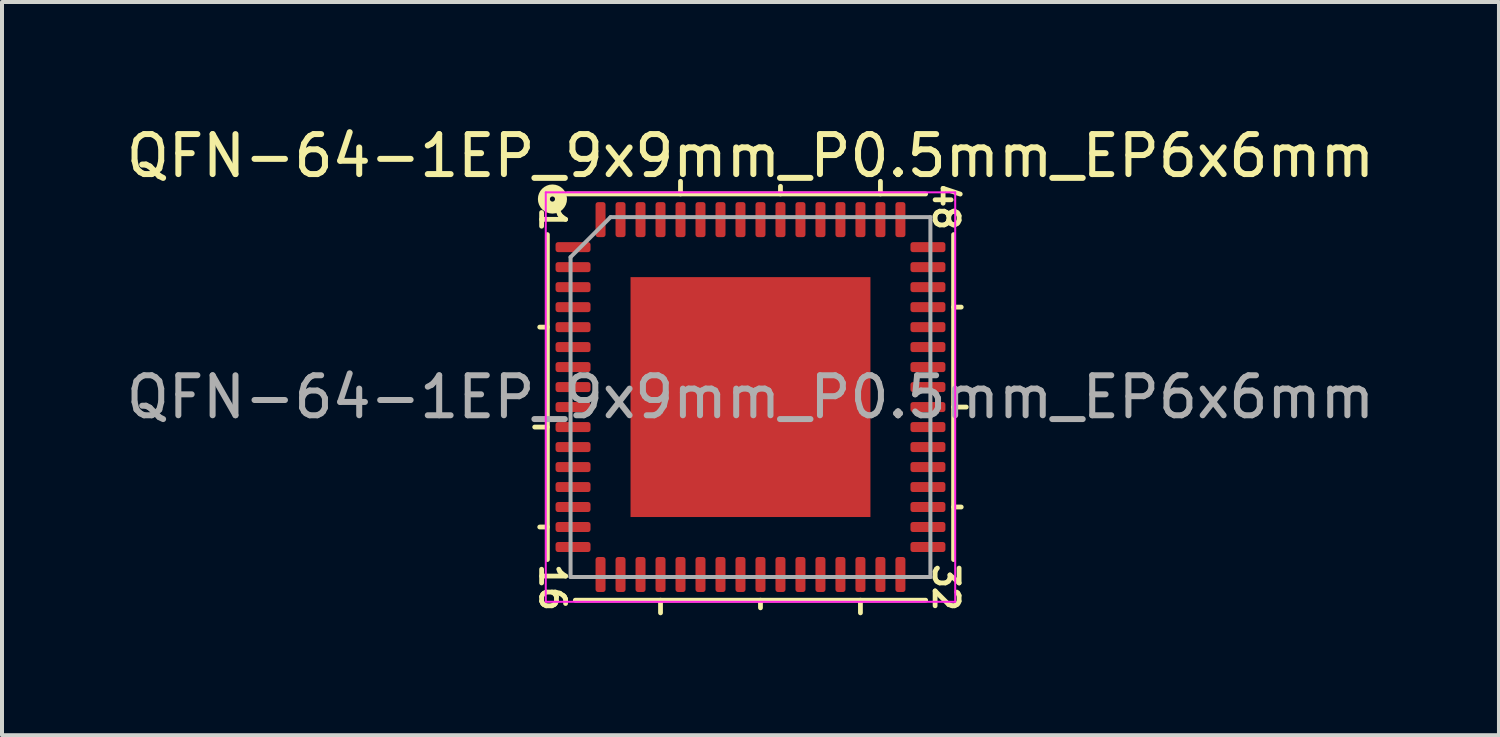
<source format=kicad_pcb>
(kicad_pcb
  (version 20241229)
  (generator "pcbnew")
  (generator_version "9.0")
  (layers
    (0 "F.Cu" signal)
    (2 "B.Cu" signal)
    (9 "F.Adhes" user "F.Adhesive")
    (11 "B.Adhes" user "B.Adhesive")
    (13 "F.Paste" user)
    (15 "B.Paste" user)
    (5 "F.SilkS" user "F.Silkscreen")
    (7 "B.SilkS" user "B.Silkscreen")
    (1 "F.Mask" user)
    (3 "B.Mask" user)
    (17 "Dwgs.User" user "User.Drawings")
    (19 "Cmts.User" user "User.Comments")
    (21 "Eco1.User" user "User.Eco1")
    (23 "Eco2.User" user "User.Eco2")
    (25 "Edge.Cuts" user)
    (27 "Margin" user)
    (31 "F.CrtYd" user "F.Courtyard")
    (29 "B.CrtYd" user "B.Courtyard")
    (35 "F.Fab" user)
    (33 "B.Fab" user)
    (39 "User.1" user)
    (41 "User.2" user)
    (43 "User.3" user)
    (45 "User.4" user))
  (footprint "QFN-64-1EP_9x9mm_P0.5mm_EP6x6mm"
    (layer "F.Cu")
    (at 15.72 6.881)
    (property "Reference" "QFN-64-1EP_9x9mm_P0.5mm_EP6x6mm" (at 0 -6.032 0) (layer "F.SilkS") (effects (font (size 1 1) (thickness 0.15))))
    (attr smd)
    (fp_line (start -5.08 -4.064) (end -5.08 4.064) (stroke (width 0.12) (type solid)) (layer "F.SilkS"))
    (fp_line (start -5.08 -1.75) (end -5.271 -1.75) (stroke (width 0.12) (type solid)) (layer "F.SilkS"))
    (fp_line (start -5.08 0.75) (end -5.397 0.75) (stroke (width 0.12) (type solid)) (layer "F.SilkS"))
    (fp_line (start -5.08 3.25) (end -5.271 3.25) (stroke (width 0.12) (type solid)) (layer "F.SilkS"))
    (fp_line (start -4.381 5.08) (end 4.381 5.08) (stroke (width 0.12) (type solid)) (layer "F.SilkS"))
    (fp_line (start -2.25 5.08) (end -2.25 5.397) (stroke (width 0.12) (type solid)) (layer "F.SilkS"))
    (fp_line (start -1.75 -5.08) (end -1.75 -5.397) (stroke (width 0.12) (type solid)) (layer "F.SilkS"))
    (fp_line (start 0.25 5.08) (end 0.25 5.271) (stroke (width 0.12) (type solid)) (layer "F.SilkS"))
    (fp_line (start 0.75 -5.08) (end 0.75 -5.271) (stroke (width 0.12) (type solid)) (layer "F.SilkS"))
    (fp_line (start 2.75 5.08) (end 2.75 5.397) (stroke (width 0.12) (type solid)) (layer "F.SilkS"))
    (fp_line (start 3.25 -5.08) (end 3.25 -5.397) (stroke (width 0.12) (type solid)) (layer "F.SilkS"))
    (fp_line (start 4.381 -5.08) (end -4.572 -5.08) (stroke (width 0.12) (type solid)) (layer "F.SilkS"))
    (fp_line (start 5.08 -2.25) (end 5.271 -2.25) (stroke (width 0.12) (type solid)) (layer "F.SilkS"))
    (fp_line (start 5.08 0.25) (end 5.397 0.25) (stroke (width 0.12) (type solid)) (layer "F.SilkS"))
    (fp_line (start 5.08 2.75) (end 5.271 2.75) (stroke (width 0.12) (type solid)) (layer "F.SilkS"))
    (fp_line (start 5.08 4.064) (end 5.08 -4.064) (stroke (width 0.12) (type solid)) (layer "F.SilkS"))
    (fp_circle (center -4.953 -4.953) (end -4.889 -4.953) (stroke (width 0.3) (type solid)) (fill no) (layer "F.SilkS"))
    (fp_line (start -5.12 -5.12) (end -5.12 5.12) (stroke (width 0.05) (type solid)) (layer "F.CrtYd"))
    (fp_line (start -5.12 5.12) (end 5.12 5.12) (stroke (width 0.05) (type solid)) (layer "F.CrtYd"))
    (fp_line (start 5.12 -5.12) (end -5.12 -5.12) (stroke (width 0.05) (type solid)) (layer "F.CrtYd"))
    (fp_line (start 5.12 5.12) (end 5.12 -5.12) (stroke (width 0.05) (type solid)) (layer "F.CrtYd"))
    (fp_line (start -4.5 -3.5) (end -3.5 -4.5) (stroke (width 0.1) (type solid)) (layer "F.Fab"))
    (fp_line (start -4.5 4.5) (end -4.5 -3.5) (stroke (width 0.1) (type solid)) (layer "F.Fab"))
    (fp_line (start -3.5 -4.5) (end 4.5 -4.5) (stroke (width 0.1) (type solid)) (layer "F.Fab"))
    (fp_line (start 4.5 -4.5) (end 4.5 4.5) (stroke (width 0.1) (type solid)) (layer "F.Fab"))
    (fp_line (start 4.5 4.5) (end -4.5 4.5) (stroke (width 0.1) (type solid)) (layer "F.Fab"))
    (fp_text user "48" (at 4.889 -4.763 270) (unlocked yes) (layer "F.SilkS") (effects (font (size 0.6 0.6) (thickness 0.12))))
    (fp_text user "1" (at -4.953 -4.445 270) (unlocked yes) (layer "F.SilkS") (effects (font (size 0.6 0.6) (thickness 0.12))))
    (fp_text user "32" (at 4.889 4.763 270) (unlocked yes) (layer "F.SilkS") (effects (font (size 0.6 0.6) (thickness 0.12))))
    (fp_text user "16" (at -4.953 4.763 270) (unlocked yes) (layer "F.SilkS") (effects (font (size 0.6 0.6) (thickness 0.12))))
    (fp_text user "${REFERENCE}" (at 0 0 0) (layer "F.Fab") (effects (font (size 1 1) (thickness 0.15))))
    (pad "" smd roundrect (at -2.25 -2.25) (size 1.21 1.21) (layers "F.Paste") (roundrect_rratio 0.207))
    (pad "" smd roundrect (at -2.25 -0.75) (size 1.21 1.21) (layers "F.Paste") (roundrect_rratio 0.207))
    (pad "" smd roundrect (at -2.25 0.75) (size 1.21 1.21) (layers "F.Paste") (roundrect_rratio 0.207))
    (pad "" smd roundrect (at -2.25 2.25) (size 1.21 1.21) (layers "F.Paste") (roundrect_rratio 0.207))
    (pad "" smd roundrect (at -0.75 -2.25) (size 1.21 1.21) (layers "F.Paste") (roundrect_rratio 0.207))
    (pad "" smd roundrect (at -0.75 -0.75) (size 1.21 1.21) (layers "F.Paste") (roundrect_rratio 0.207))
    (pad "" smd roundrect (at -0.75 0.75) (size 1.21 1.21) (layers "F.Paste") (roundrect_rratio 0.207))
    (pad "" smd roundrect (at -0.75 2.25) (size 1.21 1.21) (layers "F.Paste") (roundrect_rratio 0.207))
    (pad "" smd roundrect (at 0.75 -2.25) (size 1.21 1.21) (layers "F.Paste") (roundrect_rratio 0.207))
    (pad "" smd roundrect (at 0.75 -0.75) (size 1.21 1.21) (layers "F.Paste") (roundrect_rratio 0.207))
    (pad "" smd roundrect (at 0.75 0.75) (size 1.21 1.21) (layers "F.Paste") (roundrect_rratio 0.207))
    (pad "" smd roundrect (at 0.75 2.25) (size 1.21 1.21) (layers "F.Paste") (roundrect_rratio 0.207))
    (pad "" smd roundrect (at 2.25 -2.25) (size 1.21 1.21) (layers "F.Paste") (roundrect_rratio 0.207))
    (pad "" smd roundrect (at 2.25 -0.75) (size 1.21 1.21) (layers "F.Paste") (roundrect_rratio 0.207))
    (pad "" smd roundrect (at 2.25 0.75) (size 1.21 1.21) (layers "F.Paste") (roundrect_rratio 0.207))
    (pad "" smd roundrect (at 2.25 2.25) (size 1.21 1.21) (layers "F.Paste") (roundrect_rratio 0.207))
    (pad "1" smd roundrect (at -4.438 -3.75) (size 0.875 0.25) (layers "F.Cu" "F.Mask" "F.Paste") (roundrect_rratio 0.25))
    (pad "2" smd roundrect (at -4.438 -3.25) (size 0.875 0.25) (layers "F.Cu" "F.Mask" "F.Paste") (roundrect_rratio 0.25))
    (pad "3" smd roundrect (at -4.438 -2.75) (size 0.875 0.25) (layers "F.Cu" "F.Mask" "F.Paste") (roundrect_rratio 0.25))
    (pad "4" smd roundrect (at -4.438 -2.25) (size 0.875 0.25) (layers "F.Cu" "F.Mask" "F.Paste") (roundrect_rratio 0.25))
    (pad "5" smd roundrect (at -4.438 -1.75) (size 0.875 0.25) (layers "F.Cu" "F.Mask" "F.Paste") (roundrect_rratio 0.25))
    (pad "6" smd roundrect (at -4.438 -1.25) (size 0.875 0.25) (layers "F.Cu" "F.Mask" "F.Paste") (roundrect_rratio 0.25))
    (pad "7" smd roundrect (at -4.438 -0.75) (size 0.875 0.25) (layers "F.Cu" "F.Mask" "F.Paste") (roundrect_rratio 0.25))
    (pad "8" smd roundrect (at -4.438 -0.25) (size 0.875 0.25) (layers "F.Cu" "F.Mask" "F.Paste") (roundrect_rratio 0.25))
    (pad "9" smd roundrect (at -4.438 0.25) (size 0.875 0.25) (layers "F.Cu" "F.Mask" "F.Paste") (roundrect_rratio 0.25))
    (pad "10" smd roundrect (at -4.438 0.75) (size 0.875 0.25) (layers "F.Cu" "F.Mask" "F.Paste") (roundrect_rratio 0.25))
    (pad "11" smd roundrect (at -4.438 1.25) (size 0.875 0.25) (layers "F.Cu" "F.Mask" "F.Paste") (roundrect_rratio 0.25))
    (pad "12" smd roundrect (at -4.438 1.75) (size 0.875 0.25) (layers "F.Cu" "F.Mask" "F.Paste") (roundrect_rratio 0.25))
    (pad "13" smd roundrect (at -4.438 2.25) (size 0.875 0.25) (layers "F.Cu" "F.Mask" "F.Paste") (roundrect_rratio 0.25))
    (pad "14" smd roundrect (at -4.438 2.75) (size 0.875 0.25) (layers "F.Cu" "F.Mask" "F.Paste") (roundrect_rratio 0.25))
    (pad "15" smd roundrect (at -4.438 3.25) (size 0.875 0.25) (layers "F.Cu" "F.Mask" "F.Paste") (roundrect_rratio 0.25))
    (pad "16" smd roundrect (at -4.438 3.75) (size 0.875 0.25) (layers "F.Cu" "F.Mask" "F.Paste") (roundrect_rratio 0.25))
    (pad "17" smd roundrect (at -3.75 4.438) (size 0.25 0.875) (layers "F.Cu" "F.Mask" "F.Paste") (roundrect_rratio 0.25))
    (pad "18" smd roundrect (at -3.25 4.438) (size 0.25 0.875) (layers "F.Cu" "F.Mask" "F.Paste") (roundrect_rratio 0.25))
    (pad "19" smd roundrect (at -2.75 4.438) (size 0.25 0.875) (layers "F.Cu" "F.Mask" "F.Paste") (roundrect_rratio 0.25))
    (pad "20" smd roundrect (at -2.25 4.438) (size 0.25 0.875) (layers "F.Cu" "F.Mask" "F.Paste") (roundrect_rratio 0.25))
    (pad "21" smd roundrect (at -1.75 4.438) (size 0.25 0.875) (layers "F.Cu" "F.Mask" "F.Paste") (roundrect_rratio 0.25))
    (pad "22" smd roundrect (at -1.25 4.438) (size 0.25 0.875) (layers "F.Cu" "F.Mask" "F.Paste") (roundrect_rratio 0.25))
    (pad "23" smd roundrect (at -0.75 4.438) (size 0.25 0.875) (layers "F.Cu" "F.Mask" "F.Paste") (roundrect_rratio 0.25))
    (pad "24" smd roundrect (at -0.25 4.438) (size 0.25 0.875) (layers "F.Cu" "F.Mask" "F.Paste") (roundrect_rratio 0.25))
    (pad "25" smd roundrect (at 0.25 4.438) (size 0.25 0.875) (layers "F.Cu" "F.Mask" "F.Paste") (roundrect_rratio 0.25))
    (pad "26" smd roundrect (at 0.75 4.438) (size 0.25 0.875) (layers "F.Cu" "F.Mask" "F.Paste") (roundrect_rratio 0.25))
    (pad "27" smd roundrect (at 1.25 4.438) (size 0.25 0.875) (layers "F.Cu" "F.Mask" "F.Paste") (roundrect_rratio 0.25))
    (pad "28" smd roundrect (at 1.75 4.438) (size 0.25 0.875) (layers "F.Cu" "F.Mask" "F.Paste") (roundrect_rratio 0.25))
    (pad "29" smd roundrect (at 2.25 4.438) (size 0.25 0.875) (layers "F.Cu" "F.Mask" "F.Paste") (roundrect_rratio 0.25))
    (pad "30" smd roundrect (at 2.75 4.438) (size 0.25 0.875) (layers "F.Cu" "F.Mask" "F.Paste") (roundrect_rratio 0.25))
    (pad "31" smd roundrect (at 3.25 4.438) (size 0.25 0.875) (layers "F.Cu" "F.Mask" "F.Paste") (roundrect_rratio 0.25))
    (pad "32" smd roundrect (at 3.75 4.438) (size 0.25 0.875) (layers "F.Cu" "F.Mask" "F.Paste") (roundrect_rratio 0.25))
    (pad "33" smd roundrect (at 4.438 3.75) (size 0.875 0.25) (layers "F.Cu" "F.Mask" "F.Paste") (roundrect_rratio 0.25))
    (pad "34" smd roundrect (at 4.438 3.25) (size 0.875 0.25) (layers "F.Cu" "F.Mask" "F.Paste") (roundrect_rratio 0.25))
    (pad "35" smd roundrect (at 4.438 2.75) (size 0.875 0.25) (layers "F.Cu" "F.Mask" "F.Paste") (roundrect_rratio 0.25))
    (pad "36" smd roundrect (at 4.438 2.25) (size 0.875 0.25) (layers "F.Cu" "F.Mask" "F.Paste") (roundrect_rratio 0.25))
    (pad "37" smd roundrect (at 4.438 1.75) (size 0.875 0.25) (layers "F.Cu" "F.Mask" "F.Paste") (roundrect_rratio 0.25))
    (pad "38" smd roundrect (at 4.438 1.25) (size 0.875 0.25) (layers "F.Cu" "F.Mask" "F.Paste") (roundrect_rratio 0.25))
    (pad "39" smd roundrect (at 4.438 0.75) (size 0.875 0.25) (layers "F.Cu" "F.Mask" "F.Paste") (roundrect_rratio 0.25))
    (pad "40" smd roundrect (at 4.438 0.25) (size 0.875 0.25) (layers "F.Cu" "F.Mask" "F.Paste") (roundrect_rratio 0.25))
    (pad "41" smd roundrect (at 4.438 -0.25) (size 0.875 0.25) (layers "F.Cu" "F.Mask" "F.Paste") (roundrect_rratio 0.25))
    (pad "42" smd roundrect (at 4.438 -0.75) (size 0.875 0.25) (layers "F.Cu" "F.Mask" "F.Paste") (roundrect_rratio 0.25))
    (pad "43" smd roundrect (at 4.438 -1.25) (size 0.875 0.25) (layers "F.Cu" "F.Mask" "F.Paste") (roundrect_rratio 0.25))
    (pad "44" smd roundrect (at 4.438 -1.75) (size 0.875 0.25) (layers "F.Cu" "F.Mask" "F.Paste") (roundrect_rratio 0.25))
    (pad "45" smd roundrect (at 4.438 -2.25) (size 0.875 0.25) (layers "F.Cu" "F.Mask" "F.Paste") (roundrect_rratio 0.25))
    (pad "46" smd roundrect (at 4.438 -2.75) (size 0.875 0.25) (layers "F.Cu" "F.Mask" "F.Paste") (roundrect_rratio 0.25))
    (pad "47" smd roundrect (at 4.438 -3.25) (size 0.875 0.25) (layers "F.Cu" "F.Mask" "F.Paste") (roundrect_rratio 0.25))
    (pad "48" smd roundrect (at 4.438 -3.75) (size 0.875 0.25) (layers "F.Cu" "F.Mask" "F.Paste") (roundrect_rratio 0.25))
    (pad "49" smd roundrect (at 3.75 -4.438) (size 0.25 0.875) (layers "F.Cu" "F.Mask" "F.Paste") (roundrect_rratio 0.25))
    (pad "50" smd roundrect (at 3.25 -4.438) (size 0.25 0.875) (layers "F.Cu" "F.Mask" "F.Paste") (roundrect_rratio 0.25))
    (pad "51" smd roundrect (at 2.75 -4.438) (size 0.25 0.875) (layers "F.Cu" "F.Mask" "F.Paste") (roundrect_rratio 0.25))
    (pad "52" smd roundrect (at 2.25 -4.438) (size 0.25 0.875) (layers "F.Cu" "F.Mask" "F.Paste") (roundrect_rratio 0.25))
    (pad "53" smd roundrect (at 1.75 -4.438) (size 0.25 0.875) (layers "F.Cu" "F.Mask" "F.Paste") (roundrect_rratio 0.25))
    (pad "54" smd roundrect (at 1.25 -4.438) (size 0.25 0.875) (layers "F.Cu" "F.Mask" "F.Paste") (roundrect_rratio 0.25))
    (pad "55" smd roundrect (at 0.75 -4.438) (size 0.25 0.875) (layers "F.Cu" "F.Mask" "F.Paste") (roundrect_rratio 0.25))
    (pad "56" smd roundrect (at 0.25 -4.438) (size 0.25 0.875) (layers "F.Cu" "F.Mask" "F.Paste") (roundrect_rratio 0.25))
    (pad "57" smd roundrect (at -0.25 -4.438) (size 0.25 0.875) (layers "F.Cu" "F.Mask" "F.Paste") (roundrect_rratio 0.25))
    (pad "58" smd roundrect (at -0.75 -4.438) (size 0.25 0.875) (layers "F.Cu" "F.Mask" "F.Paste") (roundrect_rratio 0.25))
    (pad "59" smd roundrect (at -1.25 -4.438) (size 0.25 0.875) (layers "F.Cu" "F.Mask" "F.Paste") (roundrect_rratio 0.25))
    (pad "60" smd roundrect (at -1.75 -4.438) (size 0.25 0.875) (layers "F.Cu" "F.Mask" "F.Paste") (roundrect_rratio 0.25))
    (pad "61" smd roundrect (at -2.25 -4.438) (size 0.25 0.875) (layers "F.Cu" "F.Mask" "F.Paste") (roundrect_rratio 0.25))
    (pad "62" smd roundrect (at -2.75 -4.438) (size 0.25 0.875) (layers "F.Cu" "F.Mask" "F.Paste") (roundrect_rratio 0.25))
    (pad "63" smd roundrect (at -3.25 -4.438) (size 0.25 0.875) (layers "F.Cu" "F.Mask" "F.Paste") (roundrect_rratio 0.25))
    (pad "64" smd roundrect (at -3.75 -4.438) (size 0.25 0.875) (layers "F.Cu" "F.Mask" "F.Paste") (roundrect_rratio 0.25))
    (pad "65" smd rect (at 0 0) (size 6 6) (layers "F.Cu" "F.Mask")))
  (gr_rect
    (start -3 -3)
    (end 34.44 15.338)
    (stroke (width 0.1) (type default))
    (fill no)
    (layer "Edge.Cuts")))
</source>
